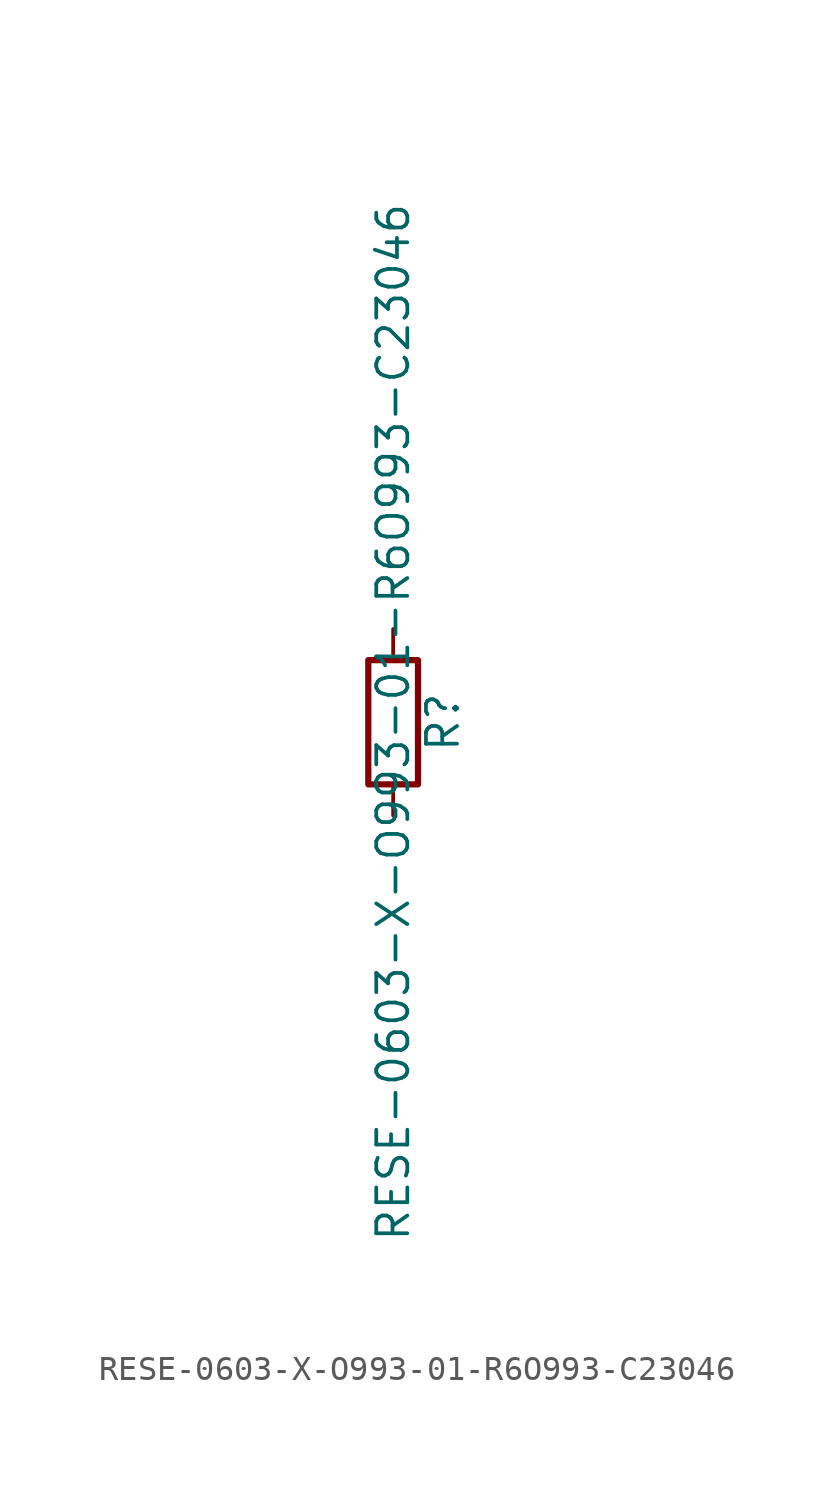
<source format=kicad_sym>
(kicad_symbol_lib
  (version 20211014)
  (generator kicad_symbol_editor)
  (symbol "RESE-0603-X-O993-01-R6O993-C23046"
    (pin_numbers hide)
    (pin_names
      (offset 0))
    (property "Reference" "R"
      (at 2.032 0 90)
      (effects (font (size 1.27 1.27))))
    (property "Value" "RESE-0603-X-O993-01-R6O993-C23046"
      (at 0 0 90)
      (effects (font (size 1.27 1.27))))
    (symbol "RESE-0603-X-O993-01-R6O993-C23046_0_1"
      (rectangle (start -1.016 -2.54) (end 1.016 2.54) (stroke (width 0.254) (type default) (color 0 0 0 0)) (fill (type none))))
    (symbol "RESE-0603-X-O993-01-R6O993-C23046_1_1"
      (pin passive line (at 0 3.81 270) (length 1.27) (name "~" (effects (font (size 1.27 1.27)))) (number "1" (effects (font (size 1.27 1.27)))))
      (pin passive line (at 0 -3.81 90) (length 1.27) (name "~" (effects (font (size 1.27 1.27)))) (number "2" (effects (font (size 1.27 1.27))))))))
</source>
